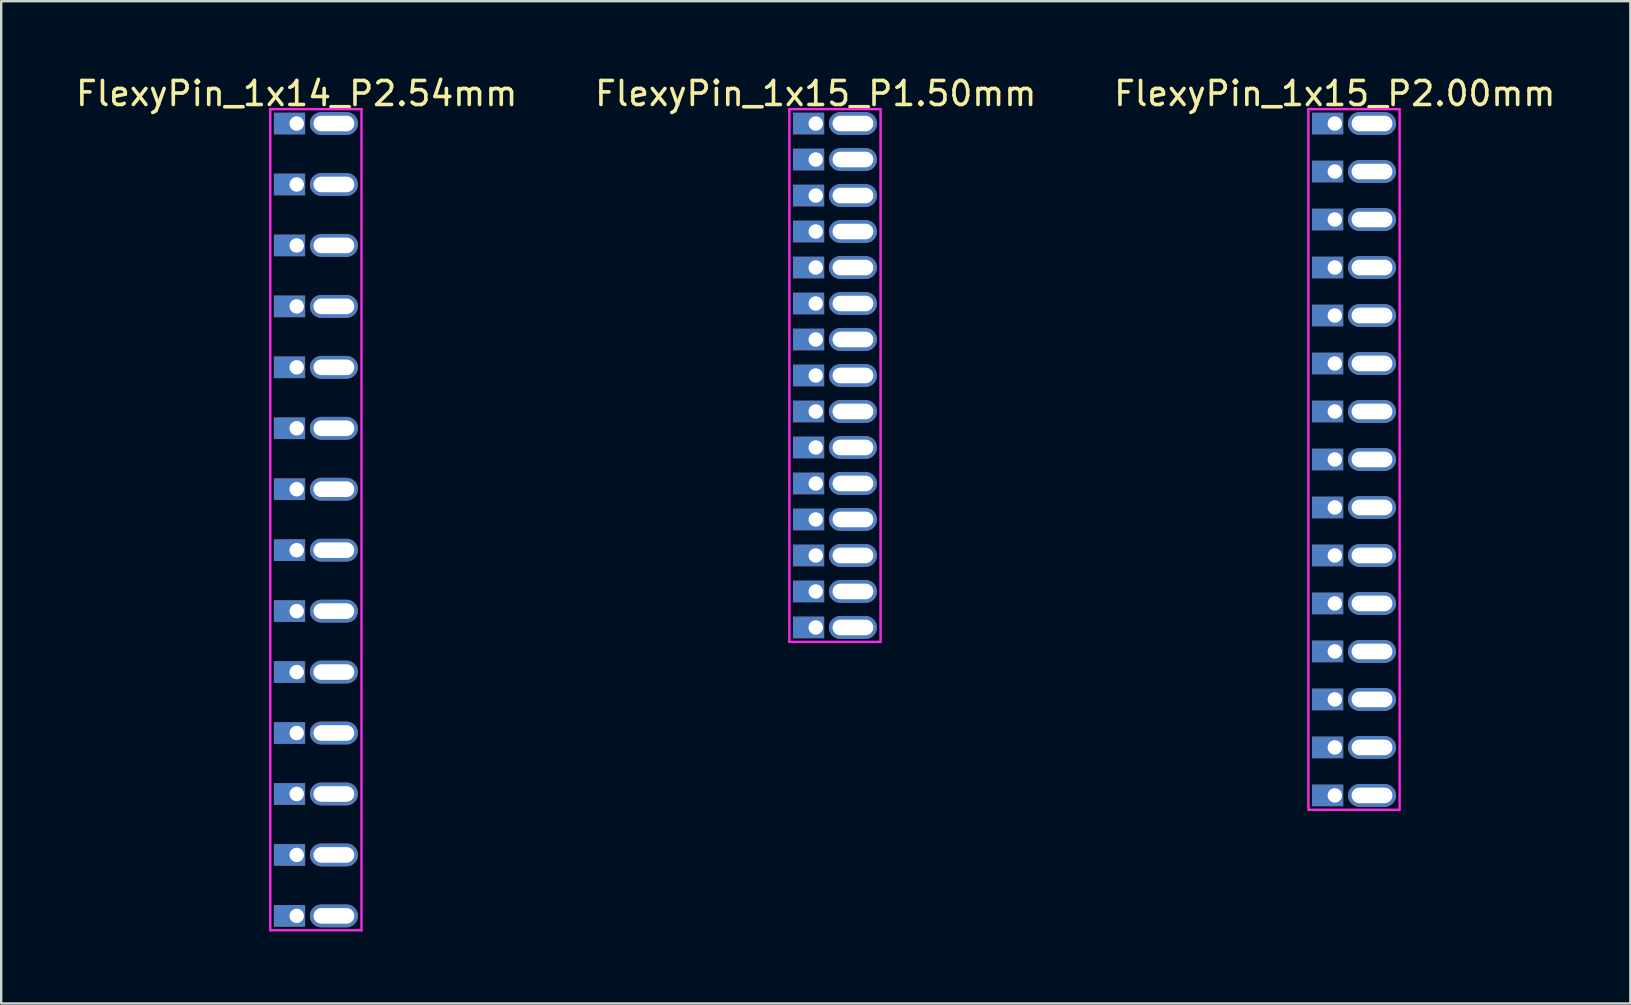
<source format=kicad_pcb>
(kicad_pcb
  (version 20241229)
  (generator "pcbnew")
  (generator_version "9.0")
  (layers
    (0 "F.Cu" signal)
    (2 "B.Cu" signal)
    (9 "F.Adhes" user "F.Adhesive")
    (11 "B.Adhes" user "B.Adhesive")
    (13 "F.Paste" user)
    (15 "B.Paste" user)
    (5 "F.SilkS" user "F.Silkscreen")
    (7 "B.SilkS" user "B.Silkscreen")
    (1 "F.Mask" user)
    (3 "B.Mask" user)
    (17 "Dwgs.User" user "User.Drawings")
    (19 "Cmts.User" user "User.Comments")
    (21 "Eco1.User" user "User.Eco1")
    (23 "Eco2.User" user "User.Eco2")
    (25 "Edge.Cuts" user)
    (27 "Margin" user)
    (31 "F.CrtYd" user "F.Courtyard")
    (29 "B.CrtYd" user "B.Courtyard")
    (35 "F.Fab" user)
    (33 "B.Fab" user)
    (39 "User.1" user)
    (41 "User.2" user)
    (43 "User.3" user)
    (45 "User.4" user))
  (footprint "FlexyPin_1x14_P2.54mm"
    (layer "F.Cu")
    (at 9.315 2.098)
    (property "Reference" "FlexyPin_1x14_P2.54mm" (at 0 -1.25 0) (layer "F.SilkS") (effects (font (size 1 1) (thickness 0.15))))
    (attr through_hole)
    (fp_line (start -1.1 -0.6) (end 2.7 -0.6) (stroke (width 0.1) (type solid)) (layer "F.CrtYd"))
    (fp_line (start -1.1 33.62) (end -1.1 -0.6) (stroke (width 0.1) (type solid)) (layer "F.CrtYd"))
    (fp_line (start 2.7 -0.6) (end 2.7 33.62) (stroke (width 0.1) (type solid)) (layer "F.CrtYd"))
    (fp_line (start 2.7 33.62) (end -1.1 33.62) (stroke (width 0.1) (type solid)) (layer "F.CrtYd"))
    (pad "" thru_hole oval (at 1.55 0) (size 2 0.95) (drill oval 1.7 0.65) (layers "*.Cu" "*.Mask"))
    (pad "" thru_hole oval (at 1.55 2.54) (size 2 0.95) (drill oval 1.7 0.65) (layers "*.Cu" "*.Mask"))
    (pad "" thru_hole oval (at 1.55 5.08) (size 2 0.95) (drill oval 1.7 0.65) (layers "*.Cu" "*.Mask"))
    (pad "" thru_hole oval (at 1.55 7.62) (size 2 0.95) (drill oval 1.7 0.65) (layers "*.Cu" "*.Mask"))
    (pad "" thru_hole oval (at 1.55 10.16) (size 2 0.95) (drill oval 1.7 0.65) (layers "*.Cu" "*.Mask"))
    (pad "" thru_hole oval (at 1.55 12.7) (size 2 0.95) (drill oval 1.7 0.65) (layers "*.Cu" "*.Mask"))
    (pad "" thru_hole oval (at 1.55 15.24) (size 2 0.95) (drill oval 1.7 0.65) (layers "*.Cu" "*.Mask"))
    (pad "" thru_hole oval (at 1.55 17.78) (size 2 0.95) (drill oval 1.7 0.65) (layers "*.Cu" "*.Mask"))
    (pad "" thru_hole oval (at 1.55 20.32) (size 2 0.95) (drill oval 1.7 0.65) (layers "*.Cu" "*.Mask"))
    (pad "" thru_hole oval (at 1.55 22.86) (size 2 0.95) (drill oval 1.7 0.65) (layers "*.Cu" "*.Mask"))
    (pad "" thru_hole oval (at 1.55 25.4) (size 2 0.95) (drill oval 1.7 0.65) (layers "*.Cu" "*.Mask"))
    (pad "" thru_hole oval (at 1.55 27.94) (size 2 0.95) (drill oval 1.7 0.65) (layers "*.Cu" "*.Mask"))
    (pad "" thru_hole oval (at 1.55 30.48) (size 2 0.95) (drill oval 1.7 0.65) (layers "*.Cu" "*.Mask"))
    (pad "" thru_hole oval (at 1.55 33.02) (size 2 0.95) (drill oval 1.7 0.65) (layers "*.Cu" "*.Mask"))
    (pad "1" thru_hole rect (at 0 0) (size 1.3 0.9) (drill 0.6 (offset -0.3 0)) (layers "*.Cu" "*.Mask"))
    (pad "2" thru_hole rect (at 0 2.54) (size 1.3 0.9) (drill 0.6 (offset -0.3 0)) (layers "*.Cu" "*.Mask"))
    (pad "3" thru_hole rect (at 0 5.08) (size 1.3 0.9) (drill 0.6 (offset -0.3 0)) (layers "*.Cu" "*.Mask"))
    (pad "4" thru_hole rect (at 0 7.62) (size 1.3 0.9) (drill 0.6 (offset -0.3 0)) (layers "*.Cu" "*.Mask"))
    (pad "5" thru_hole rect (at 0 10.16) (size 1.3 0.9) (drill 0.6 (offset -0.3 0)) (layers "*.Cu" "*.Mask"))
    (pad "6" thru_hole rect (at 0 12.7) (size 1.3 0.9) (drill 0.6 (offset -0.3 0)) (layers "*.Cu" "*.Mask"))
    (pad "7" thru_hole rect (at 0 15.24) (size 1.3 0.9) (drill 0.6 (offset -0.3 0)) (layers "*.Cu" "*.Mask"))
    (pad "8" thru_hole rect (at 0 17.78) (size 1.3 0.9) (drill 0.6 (offset -0.3 0)) (layers "*.Cu" "*.Mask"))
    (pad "9" thru_hole rect (at 0 20.32) (size 1.3 0.9) (drill 0.6 (offset -0.3 0)) (layers "*.Cu" "*.Mask"))
    (pad "10" thru_hole rect (at 0 22.86) (size 1.3 0.9) (drill 0.6 (offset -0.3 0)) (layers "*.Cu" "*.Mask"))
    (pad "11" thru_hole rect (at 0 25.4) (size 1.3 0.9) (drill 0.6 (offset -0.3 0)) (layers "*.Cu" "*.Mask"))
    (pad "12" thru_hole rect (at 0 27.94) (size 1.3 0.9) (drill 0.6 (offset -0.3 0)) (layers "*.Cu" "*.Mask"))
    (pad "13" thru_hole rect (at 0 30.48) (size 1.3 0.9) (drill 0.6 (offset -0.3 0)) (layers "*.Cu" "*.Mask"))
    (pad "14" thru_hole rect (at 0 33.02) (size 1.3 0.9) (drill 0.6 (offset -0.3 0)) (layers "*.Cu" "*.Mask")))
  (footprint "FlexyPin_1x15_P1.50mm"
    (layer "F.Cu")
    (at 30.946 2.098)
    (property "Reference" "FlexyPin_1x15_P1.50mm" (at 0 -1.25 0) (layer "F.SilkS") (effects (font (size 1 1) (thickness 0.15))))
    (attr through_hole)
    (fp_line (start -1.1 -0.6) (end 2.7 -0.6) (stroke (width 0.1) (type solid)) (layer "F.CrtYd"))
    (fp_line (start -1.1 21.6) (end -1.1 -0.6) (stroke (width 0.1) (type solid)) (layer "F.CrtYd"))
    (fp_line (start 2.7 -0.6) (end 2.7 21.6) (stroke (width 0.1) (type solid)) (layer "F.CrtYd"))
    (fp_line (start 2.7 21.6) (end -1.1 21.6) (stroke (width 0.1) (type solid)) (layer "F.CrtYd"))
    (pad "" thru_hole oval (at 1.55 0) (size 2 0.95) (drill oval 1.7 0.65) (layers "*.Cu" "*.Mask"))
    (pad "" thru_hole oval (at 1.55 1.5) (size 2 0.95) (drill oval 1.7 0.65) (layers "*.Cu" "*.Mask"))
    (pad "" thru_hole oval (at 1.55 3) (size 2 0.95) (drill oval 1.7 0.65) (layers "*.Cu" "*.Mask"))
    (pad "" thru_hole oval (at 1.55 4.5) (size 2 0.95) (drill oval 1.7 0.65) (layers "*.Cu" "*.Mask"))
    (pad "" thru_hole oval (at 1.55 6) (size 2 0.95) (drill oval 1.7 0.65) (layers "*.Cu" "*.Mask"))
    (pad "" thru_hole oval (at 1.55 7.5) (size 2 0.95) (drill oval 1.7 0.65) (layers "*.Cu" "*.Mask"))
    (pad "" thru_hole oval (at 1.55 9) (size 2 0.95) (drill oval 1.7 0.65) (layers "*.Cu" "*.Mask"))
    (pad "" thru_hole oval (at 1.55 10.5) (size 2 0.95) (drill oval 1.7 0.65) (layers "*.Cu" "*.Mask"))
    (pad "" thru_hole oval (at 1.55 12) (size 2 0.95) (drill oval 1.7 0.65) (layers "*.Cu" "*.Mask"))
    (pad "" thru_hole oval (at 1.55 13.5) (size 2 0.95) (drill oval 1.7 0.65) (layers "*.Cu" "*.Mask"))
    (pad "" thru_hole oval (at 1.55 15) (size 2 0.95) (drill oval 1.7 0.65) (layers "*.Cu" "*.Mask"))
    (pad "" thru_hole oval (at 1.55 16.5) (size 2 0.95) (drill oval 1.7 0.65) (layers "*.Cu" "*.Mask"))
    (pad "" thru_hole oval (at 1.55 18) (size 2 0.95) (drill oval 1.7 0.65) (layers "*.Cu" "*.Mask"))
    (pad "" thru_hole oval (at 1.55 19.5) (size 2 0.95) (drill oval 1.7 0.65) (layers "*.Cu" "*.Mask"))
    (pad "" thru_hole oval (at 1.55 21) (size 2 0.95) (drill oval 1.7 0.65) (layers "*.Cu" "*.Mask"))
    (pad "1" thru_hole rect (at 0 0) (size 1.3 0.9) (drill 0.6 (offset -0.3 0)) (layers "*.Cu" "*.Mask"))
    (pad "2" thru_hole rect (at 0 1.5) (size 1.3 0.9) (drill 0.6 (offset -0.3 0)) (layers "*.Cu" "*.Mask"))
    (pad "3" thru_hole rect (at 0 3) (size 1.3 0.9) (drill 0.6 (offset -0.3 0)) (layers "*.Cu" "*.Mask"))
    (pad "4" thru_hole rect (at 0 4.5) (size 1.3 0.9) (drill 0.6 (offset -0.3 0)) (layers "*.Cu" "*.Mask"))
    (pad "5" thru_hole rect (at 0 6) (size 1.3 0.9) (drill 0.6 (offset -0.3 0)) (layers "*.Cu" "*.Mask"))
    (pad "6" thru_hole rect (at 0 7.5) (size 1.3 0.9) (drill 0.6 (offset -0.3 0)) (layers "*.Cu" "*.Mask"))
    (pad "7" thru_hole rect (at 0 9) (size 1.3 0.9) (drill 0.6 (offset -0.3 0)) (layers "*.Cu" "*.Mask"))
    (pad "8" thru_hole rect (at 0 10.5) (size 1.3 0.9) (drill 0.6 (offset -0.3 0)) (layers "*.Cu" "*.Mask"))
    (pad "9" thru_hole rect (at 0 12) (size 1.3 0.9) (drill 0.6 (offset -0.3 0)) (layers "*.Cu" "*.Mask"))
    (pad "10" thru_hole rect (at 0 13.5) (size 1.3 0.9) (drill 0.6 (offset -0.3 0)) (layers "*.Cu" "*.Mask"))
    (pad "11" thru_hole rect (at 0 15) (size 1.3 0.9) (drill 0.6 (offset -0.3 0)) (layers "*.Cu" "*.Mask"))
    (pad "12" thru_hole rect (at 0 16.5) (size 1.3 0.9) (drill 0.6 (offset -0.3 0)) (layers "*.Cu" "*.Mask"))
    (pad "13" thru_hole rect (at 0 18) (size 1.3 0.9) (drill 0.6 (offset -0.3 0)) (layers "*.Cu" "*.Mask"))
    (pad "14" thru_hole rect (at 0 19.5) (size 1.3 0.9) (drill 0.6 (offset -0.3 0)) (layers "*.Cu" "*.Mask"))
    (pad "15" thru_hole rect (at 0 21) (size 1.3 0.9) (drill 0.6 (offset -0.3 0)) (layers "*.Cu" "*.Mask")))
  (footprint "FlexyPin_1x15_P2.00mm"
    (layer "F.Cu")
    (at 52.577 2.098)
    (property "Reference" "FlexyPin_1x15_P2.00mm" (at 0 -1.25 0) (layer "F.SilkS") (effects (font (size 1 1) (thickness 0.15))))
    (attr through_hole)
    (fp_line (start -1.1 -0.6) (end 2.7 -0.6) (stroke (width 0.1) (type solid)) (layer "F.CrtYd"))
    (fp_line (start -1.1 28.6) (end -1.1 -0.6) (stroke (width 0.1) (type solid)) (layer "F.CrtYd"))
    (fp_line (start 2.7 -0.6) (end 2.7 28.6) (stroke (width 0.1) (type solid)) (layer "F.CrtYd"))
    (fp_line (start 2.7 28.6) (end -1.1 28.6) (stroke (width 0.1) (type solid)) (layer "F.CrtYd"))
    (pad "" thru_hole oval (at 1.55 0) (size 2 0.95) (drill oval 1.7 0.65) (layers "*.Cu" "*.Mask"))
    (pad "" thru_hole oval (at 1.55 2) (size 2 0.95) (drill oval 1.7 0.65) (layers "*.Cu" "*.Mask"))
    (pad "" thru_hole oval (at 1.55 4) (size 2 0.95) (drill oval 1.7 0.65) (layers "*.Cu" "*.Mask"))
    (pad "" thru_hole oval (at 1.55 6) (size 2 0.95) (drill oval 1.7 0.65) (layers "*.Cu" "*.Mask"))
    (pad "" thru_hole oval (at 1.55 8) (size 2 0.95) (drill oval 1.7 0.65) (layers "*.Cu" "*.Mask"))
    (pad "" thru_hole oval (at 1.55 10) (size 2 0.95) (drill oval 1.7 0.65) (layers "*.Cu" "*.Mask"))
    (pad "" thru_hole oval (at 1.55 12) (size 2 0.95) (drill oval 1.7 0.65) (layers "*.Cu" "*.Mask"))
    (pad "" thru_hole oval (at 1.55 14) (size 2 0.95) (drill oval 1.7 0.65) (layers "*.Cu" "*.Mask"))
    (pad "" thru_hole oval (at 1.55 16) (size 2 0.95) (drill oval 1.7 0.65) (layers "*.Cu" "*.Mask"))
    (pad "" thru_hole oval (at 1.55 18) (size 2 0.95) (drill oval 1.7 0.65) (layers "*.Cu" "*.Mask"))
    (pad "" thru_hole oval (at 1.55 20) (size 2 0.95) (drill oval 1.7 0.65) (layers "*.Cu" "*.Mask"))
    (pad "" thru_hole oval (at 1.55 22) (size 2 0.95) (drill oval 1.7 0.65) (layers "*.Cu" "*.Mask"))
    (pad "" thru_hole oval (at 1.55 24) (size 2 0.95) (drill oval 1.7 0.65) (layers "*.Cu" "*.Mask"))
    (pad "" thru_hole oval (at 1.55 26) (size 2 0.95) (drill oval 1.7 0.65) (layers "*.Cu" "*.Mask"))
    (pad "" thru_hole oval (at 1.55 28) (size 2 0.95) (drill oval 1.7 0.65) (layers "*.Cu" "*.Mask"))
    (pad "1" thru_hole rect (at 0 0) (size 1.3 0.9) (drill 0.6 (offset -0.3 0)) (layers "*.Cu" "*.Mask"))
    (pad "2" thru_hole rect (at 0 2) (size 1.3 0.9) (drill 0.6 (offset -0.3 0)) (layers "*.Cu" "*.Mask"))
    (pad "3" thru_hole rect (at 0 4) (size 1.3 0.9) (drill 0.6 (offset -0.3 0)) (layers "*.Cu" "*.Mask"))
    (pad "4" thru_hole rect (at 0 6) (size 1.3 0.9) (drill 0.6 (offset -0.3 0)) (layers "*.Cu" "*.Mask"))
    (pad "5" thru_hole rect (at 0 8) (size 1.3 0.9) (drill 0.6 (offset -0.3 0)) (layers "*.Cu" "*.Mask"))
    (pad "6" thru_hole rect (at 0 10) (size 1.3 0.9) (drill 0.6 (offset -0.3 0)) (layers "*.Cu" "*.Mask"))
    (pad "7" thru_hole rect (at 0 12) (size 1.3 0.9) (drill 0.6 (offset -0.3 0)) (layers "*.Cu" "*.Mask"))
    (pad "8" thru_hole rect (at 0 14) (size 1.3 0.9) (drill 0.6 (offset -0.3 0)) (layers "*.Cu" "*.Mask"))
    (pad "9" thru_hole rect (at 0 16) (size 1.3 0.9) (drill 0.6 (offset -0.3 0)) (layers "*.Cu" "*.Mask"))
    (pad "10" thru_hole rect (at 0 18) (size 1.3 0.9) (drill 0.6 (offset -0.3 0)) (layers "*.Cu" "*.Mask"))
    (pad "11" thru_hole rect (at 0 20) (size 1.3 0.9) (drill 0.6 (offset -0.3 0)) (layers "*.Cu" "*.Mask"))
    (pad "12" thru_hole rect (at 0 22) (size 1.3 0.9) (drill 0.6 (offset -0.3 0)) (layers "*.Cu" "*.Mask"))
    (pad "13" thru_hole rect (at 0 24) (size 1.3 0.9) (drill 0.6 (offset -0.3 0)) (layers "*.Cu" "*.Mask"))
    (pad "14" thru_hole rect (at 0 26) (size 1.3 0.9) (drill 0.6 (offset -0.3 0)) (layers "*.Cu" "*.Mask"))
    (pad "15" thru_hole rect (at 0 28) (size 1.3 0.9) (drill 0.6 (offset -0.3 0)) (layers "*.Cu" "*.Mask")))
  (gr_rect
    (start -3 -3)
    (end 64.893 38.768)
    (stroke (width 0.1) (type default))
    (fill no)
    (layer "Edge.Cuts")))
</source>
